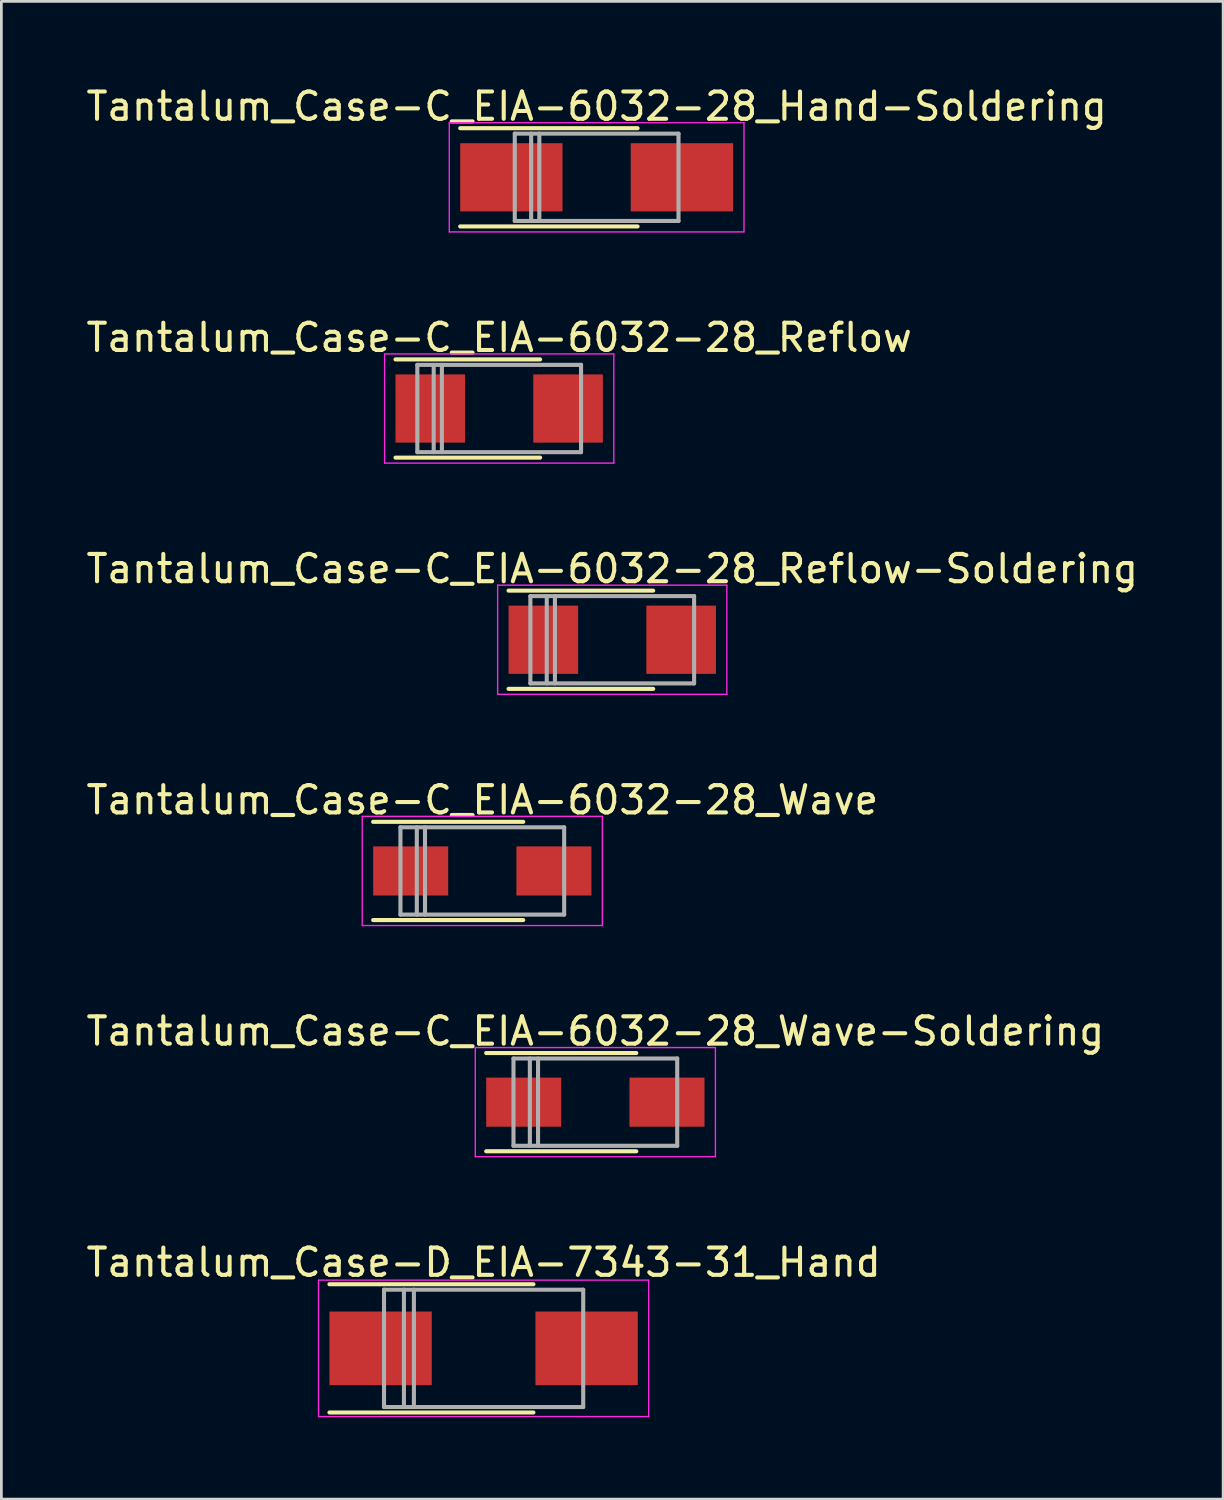
<source format=kicad_pcb>
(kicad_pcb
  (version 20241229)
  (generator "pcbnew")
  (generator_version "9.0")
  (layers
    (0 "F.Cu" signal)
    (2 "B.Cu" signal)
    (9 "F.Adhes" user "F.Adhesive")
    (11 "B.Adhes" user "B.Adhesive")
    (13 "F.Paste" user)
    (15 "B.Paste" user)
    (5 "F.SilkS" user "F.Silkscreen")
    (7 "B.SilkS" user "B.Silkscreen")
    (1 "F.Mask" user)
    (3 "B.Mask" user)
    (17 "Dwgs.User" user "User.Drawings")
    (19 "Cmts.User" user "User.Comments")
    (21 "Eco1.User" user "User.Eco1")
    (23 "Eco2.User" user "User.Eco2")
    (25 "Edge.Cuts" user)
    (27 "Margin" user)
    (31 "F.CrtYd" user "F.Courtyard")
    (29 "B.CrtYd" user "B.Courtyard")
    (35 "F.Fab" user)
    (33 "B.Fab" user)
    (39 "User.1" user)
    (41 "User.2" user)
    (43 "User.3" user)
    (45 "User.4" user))
  (footprint "Tantalum_Case-D_EIA-7343-31_Hand"
    (layer "F.Cu")
    (at 14.673 46.364)
    (property "Reference" "Tantalum_Case-D_EIA-7343-31_Hand" (at 0 -3.15 0) (layer "F.SilkS") (effects (font (size 1 1) (thickness 0.15))))
    (attr smd)
    (fp_line (start 1.825 -2.35) (end -5.65 -2.35) (stroke (width 0.15) (type solid)) (layer "F.SilkS"))
    (fp_line (start 1.825 2.35) (end -5.65 2.35) (stroke (width 0.15) (type solid)) (layer "F.SilkS"))
    (fp_line (start -6.05 -2.5) (end -6.05 2.5) (stroke (width 0.05) (type solid)) (layer "F.CrtYd"))
    (fp_line (start -6.05 2.5) (end 6.05 2.5) (stroke (width 0.05) (type solid)) (layer "F.CrtYd"))
    (fp_line (start 6.05 -2.5) (end -6.05 -2.5) (stroke (width 0.05) (type solid)) (layer "F.CrtYd"))
    (fp_line (start 6.05 2.5) (end 6.05 -2.5) (stroke (width 0.05) (type solid)) (layer "F.CrtYd"))
    (fp_line (start -3.65 -2.15) (end -3.65 2.15) (stroke (width 0.15) (type solid)) (layer "F.Fab"))
    (fp_line (start -3.65 2.15) (end 3.65 2.15) (stroke (width 0.15) (type solid)) (layer "F.Fab"))
    (fp_line (start -2.92 -2.15) (end -2.92 2.15) (stroke (width 0.15) (type solid)) (layer "F.Fab"))
    (fp_line (start -2.555 -2.15) (end -2.555 2.15) (stroke (width 0.15) (type solid)) (layer "F.Fab"))
    (fp_line (start 3.65 -2.15) (end -3.65 -2.15) (stroke (width 0.15) (type solid)) (layer "F.Fab"))
    (fp_line (start 3.65 2.15) (end 3.65 -2.15) (stroke (width 0.15) (type solid)) (layer "F.Fab"))
    (pad "1" smd rect (at -3.775 0) (size 3.75 2.7) (layers "F.Cu" "F.Mask" "F.Paste"))
    (pad "2" smd rect (at 3.775 0) (size 3.75 2.7) (layers "F.Cu" "F.Mask" "F.Paste")))
  (footprint "Tantalum_Case-C_EIA-6032-28_Reflow"
    (layer "F.Cu")
    (at 15.244 11.921)
    (property "Reference" "Tantalum_Case-C_EIA-6032-28_Reflow" (at 0 -2.6 0) (layer "F.SilkS") (effects (font (size 1 1) (thickness 0.15))))
    (attr smd)
    (fp_line (start 1.5 -1.8) (end -3.8 -1.8) (stroke (width 0.15) (type solid)) (layer "F.SilkS"))
    (fp_line (start 1.5 1.8) (end -3.8 1.8) (stroke (width 0.15) (type solid)) (layer "F.SilkS"))
    (fp_line (start -4.2 -2) (end -4.2 2) (stroke (width 0.05) (type solid)) (layer "F.CrtYd"))
    (fp_line (start -4.2 2) (end 4.2 2) (stroke (width 0.05) (type solid)) (layer "F.CrtYd"))
    (fp_line (start 4.2 -2) (end -4.2 -2) (stroke (width 0.05) (type solid)) (layer "F.CrtYd"))
    (fp_line (start 4.2 2) (end 4.2 -2) (stroke (width 0.05) (type solid)) (layer "F.CrtYd"))
    (fp_line (start -3 -1.6) (end -3 1.6) (stroke (width 0.15) (type solid)) (layer "F.Fab"))
    (fp_line (start -3 1.6) (end 3 1.6) (stroke (width 0.15) (type solid)) (layer "F.Fab"))
    (fp_line (start -2.4 -1.6) (end -2.4 1.6) (stroke (width 0.15) (type solid)) (layer "F.Fab"))
    (fp_line (start -2.1 -1.6) (end -2.1 1.6) (stroke (width 0.15) (type solid)) (layer "F.Fab"))
    (fp_line (start 3 -1.6) (end -3 -1.6) (stroke (width 0.15) (type solid)) (layer "F.Fab"))
    (fp_line (start 3 1.6) (end 3 -1.6) (stroke (width 0.15) (type solid)) (layer "F.Fab"))
    (pad "1" smd rect (at -2.525 0) (size 2.55 2.5) (layers "F.Cu" "F.Mask" "F.Paste"))
    (pad "2" smd rect (at 2.525 0) (size 2.55 2.5) (layers "F.Cu" "F.Mask" "F.Paste")))
  (footprint "Tantalum_Case-C_EIA-6032-28_Wave"
    (layer "F.Cu")
    (at 14.625 28.868)
    (property "Reference" "Tantalum_Case-C_EIA-6032-28_Wave" (at 0 -2.6 0) (layer "F.SilkS") (effects (font (size 1 1) (thickness 0.15))))
    (attr smd)
    (fp_line (start 1.5 -1.8) (end -4 -1.8) (stroke (width 0.15) (type solid)) (layer "F.SilkS"))
    (fp_line (start 1.5 1.8) (end -4 1.8) (stroke (width 0.15) (type solid)) (layer "F.SilkS"))
    (fp_line (start -4.4 -2) (end -4.4 2) (stroke (width 0.05) (type solid)) (layer "F.CrtYd"))
    (fp_line (start -4.4 2) (end 4.4 2) (stroke (width 0.05) (type solid)) (layer "F.CrtYd"))
    (fp_line (start 4.4 -2) (end -4.4 -2) (stroke (width 0.05) (type solid)) (layer "F.CrtYd"))
    (fp_line (start 4.4 2) (end 4.4 -2) (stroke (width 0.05) (type solid)) (layer "F.CrtYd"))
    (fp_line (start -3 -1.6) (end -3 1.6) (stroke (width 0.15) (type solid)) (layer "F.Fab"))
    (fp_line (start -3 1.6) (end 3 1.6) (stroke (width 0.15) (type solid)) (layer "F.Fab"))
    (fp_line (start -2.4 -1.6) (end -2.4 1.6) (stroke (width 0.15) (type solid)) (layer "F.Fab"))
    (fp_line (start -2.1 -1.6) (end -2.1 1.6) (stroke (width 0.15) (type solid)) (layer "F.Fab"))
    (fp_line (start 3 -1.6) (end -3 -1.6) (stroke (width 0.15) (type solid)) (layer "F.Fab"))
    (fp_line (start 3 1.6) (end 3 -1.6) (stroke (width 0.15) (type solid)) (layer "F.Fab"))
    (pad "1" smd rect (at -2.625 0) (size 2.75 1.8) (layers "F.Cu" "F.Mask" "F.Paste"))
    (pad "2" smd rect (at 2.625 0) (size 2.75 1.8) (layers "F.Cu" "F.Mask" "F.Paste")))
  (footprint "Tantalum_Case-C_EIA-6032-28_Hand-Soldering"
    (layer "F.Cu")
    (at 18.815 3.448)
    (property "Reference" "Tantalum_Case-C_EIA-6032-28_Hand-Soldering" (at 0 -2.6 0) (layer "F.SilkS") (effects (font (size 1 1) (thickness 0.15))))
    (attr smd)
    (fp_line (start 1.5 -1.8) (end -5 -1.8) (stroke (width 0.15) (type solid)) (layer "F.SilkS"))
    (fp_line (start 1.5 1.8) (end -5 1.8) (stroke (width 0.15) (type solid)) (layer "F.SilkS"))
    (fp_line (start -5.4 -2) (end -5.4 2) (stroke (width 0.05) (type solid)) (layer "F.CrtYd"))
    (fp_line (start -5.4 2) (end 5.4 2) (stroke (width 0.05) (type solid)) (layer "F.CrtYd"))
    (fp_line (start 5.4 -2) (end -5.4 -2) (stroke (width 0.05) (type solid)) (layer "F.CrtYd"))
    (fp_line (start 5.4 2) (end 5.4 -2) (stroke (width 0.05) (type solid)) (layer "F.CrtYd"))
    (fp_line (start -3 -1.6) (end -3 1.6) (stroke (width 0.15) (type solid)) (layer "F.Fab"))
    (fp_line (start -3 1.6) (end 3 1.6) (stroke (width 0.15) (type solid)) (layer "F.Fab"))
    (fp_line (start -2.4 -1.6) (end -2.4 1.6) (stroke (width 0.15) (type solid)) (layer "F.Fab"))
    (fp_line (start -2.1 -1.6) (end -2.1 1.6) (stroke (width 0.15) (type solid)) (layer "F.Fab"))
    (fp_line (start 3 -1.6) (end -3 -1.6) (stroke (width 0.15) (type solid)) (layer "F.Fab"))
    (fp_line (start 3 1.6) (end 3 -1.6) (stroke (width 0.15) (type solid)) (layer "F.Fab"))
    (pad "1" smd rect (at -3.125 0) (size 3.75 2.5) (layers "F.Cu" "F.Mask" "F.Paste"))
    (pad "2" smd rect (at 3.125 0) (size 3.75 2.5) (layers "F.Cu" "F.Mask" "F.Paste")))
  (footprint "Tantalum_Case-C_EIA-6032-28_Reflow-Soldering"
    (layer "F.Cu")
    (at 19.387 20.395)
    (property "Reference" "Tantalum_Case-C_EIA-6032-28_Reflow-Soldering" (at 0 -2.6 0) (layer "F.SilkS") (effects (font (size 1 1) (thickness 0.15))))
    (attr smd)
    (fp_line (start 1.5 -1.8) (end -3.8 -1.8) (stroke (width 0.15) (type solid)) (layer "F.SilkS"))
    (fp_line (start 1.5 1.8) (end -3.8 1.8) (stroke (width 0.15) (type solid)) (layer "F.SilkS"))
    (fp_line (start -4.2 -2) (end -4.2 2) (stroke (width 0.05) (type solid)) (layer "F.CrtYd"))
    (fp_line (start -4.2 2) (end 4.2 2) (stroke (width 0.05) (type solid)) (layer "F.CrtYd"))
    (fp_line (start 4.2 -2) (end -4.2 -2) (stroke (width 0.05) (type solid)) (layer "F.CrtYd"))
    (fp_line (start 4.2 2) (end 4.2 -2) (stroke (width 0.05) (type solid)) (layer "F.CrtYd"))
    (fp_line (start -3 -1.6) (end -3 1.6) (stroke (width 0.15) (type solid)) (layer "F.Fab"))
    (fp_line (start -3 1.6) (end 3 1.6) (stroke (width 0.15) (type solid)) (layer "F.Fab"))
    (fp_line (start -2.4 -1.6) (end -2.4 1.6) (stroke (width 0.15) (type solid)) (layer "F.Fab"))
    (fp_line (start -2.1 -1.6) (end -2.1 1.6) (stroke (width 0.15) (type solid)) (layer "F.Fab"))
    (fp_line (start 3 -1.6) (end -3 -1.6) (stroke (width 0.15) (type solid)) (layer "F.Fab"))
    (fp_line (start 3 1.6) (end 3 -1.6) (stroke (width 0.15) (type solid)) (layer "F.Fab"))
    (pad "1" smd rect (at -2.525 0) (size 2.55 2.5) (layers "F.Cu" "F.Mask" "F.Paste"))
    (pad "2" smd rect (at 2.525 0) (size 2.55 2.5) (layers "F.Cu" "F.Mask" "F.Paste")))
  (footprint "Tantalum_Case-C_EIA-6032-28_Wave-Soldering"
    (layer "F.Cu")
    (at 18.768 37.341)
    (property "Reference" "Tantalum_Case-C_EIA-6032-28_Wave-Soldering" (at 0 -2.6 0) (layer "F.SilkS") (effects (font (size 1 1) (thickness 0.15))))
    (attr smd)
    (fp_line (start 1.5 -1.8) (end -4 -1.8) (stroke (width 0.15) (type solid)) (layer "F.SilkS"))
    (fp_line (start 1.5 1.8) (end -4 1.8) (stroke (width 0.15) (type solid)) (layer "F.SilkS"))
    (fp_line (start -4.4 -2) (end -4.4 2) (stroke (width 0.05) (type solid)) (layer "F.CrtYd"))
    (fp_line (start -4.4 2) (end 4.4 2) (stroke (width 0.05) (type solid)) (layer "F.CrtYd"))
    (fp_line (start 4.4 -2) (end -4.4 -2) (stroke (width 0.05) (type solid)) (layer "F.CrtYd"))
    (fp_line (start 4.4 2) (end 4.4 -2) (stroke (width 0.05) (type solid)) (layer "F.CrtYd"))
    (fp_line (start -3 -1.6) (end -3 1.6) (stroke (width 0.15) (type solid)) (layer "F.Fab"))
    (fp_line (start -3 1.6) (end 3 1.6) (stroke (width 0.15) (type solid)) (layer "F.Fab"))
    (fp_line (start -2.4 -1.6) (end -2.4 1.6) (stroke (width 0.15) (type solid)) (layer "F.Fab"))
    (fp_line (start -2.1 -1.6) (end -2.1 1.6) (stroke (width 0.15) (type solid)) (layer "F.Fab"))
    (fp_line (start 3 -1.6) (end -3 -1.6) (stroke (width 0.15) (type solid)) (layer "F.Fab"))
    (fp_line (start 3 1.6) (end 3 -1.6) (stroke (width 0.15) (type solid)) (layer "F.Fab"))
    (pad "1" smd rect (at -2.625 0) (size 2.75 1.8) (layers "F.Cu" "F.Mask" "F.Paste"))
    (pad "2" smd rect (at 2.625 0) (size 2.75 1.8) (layers "F.Cu" "F.Mask" "F.Paste")))
  (gr_rect
    (start -3 -3)
    (end 41.774 51.889)
    (stroke (width 0.1) (type default))
    (fill no)
    (layer "Edge.Cuts")))
</source>
